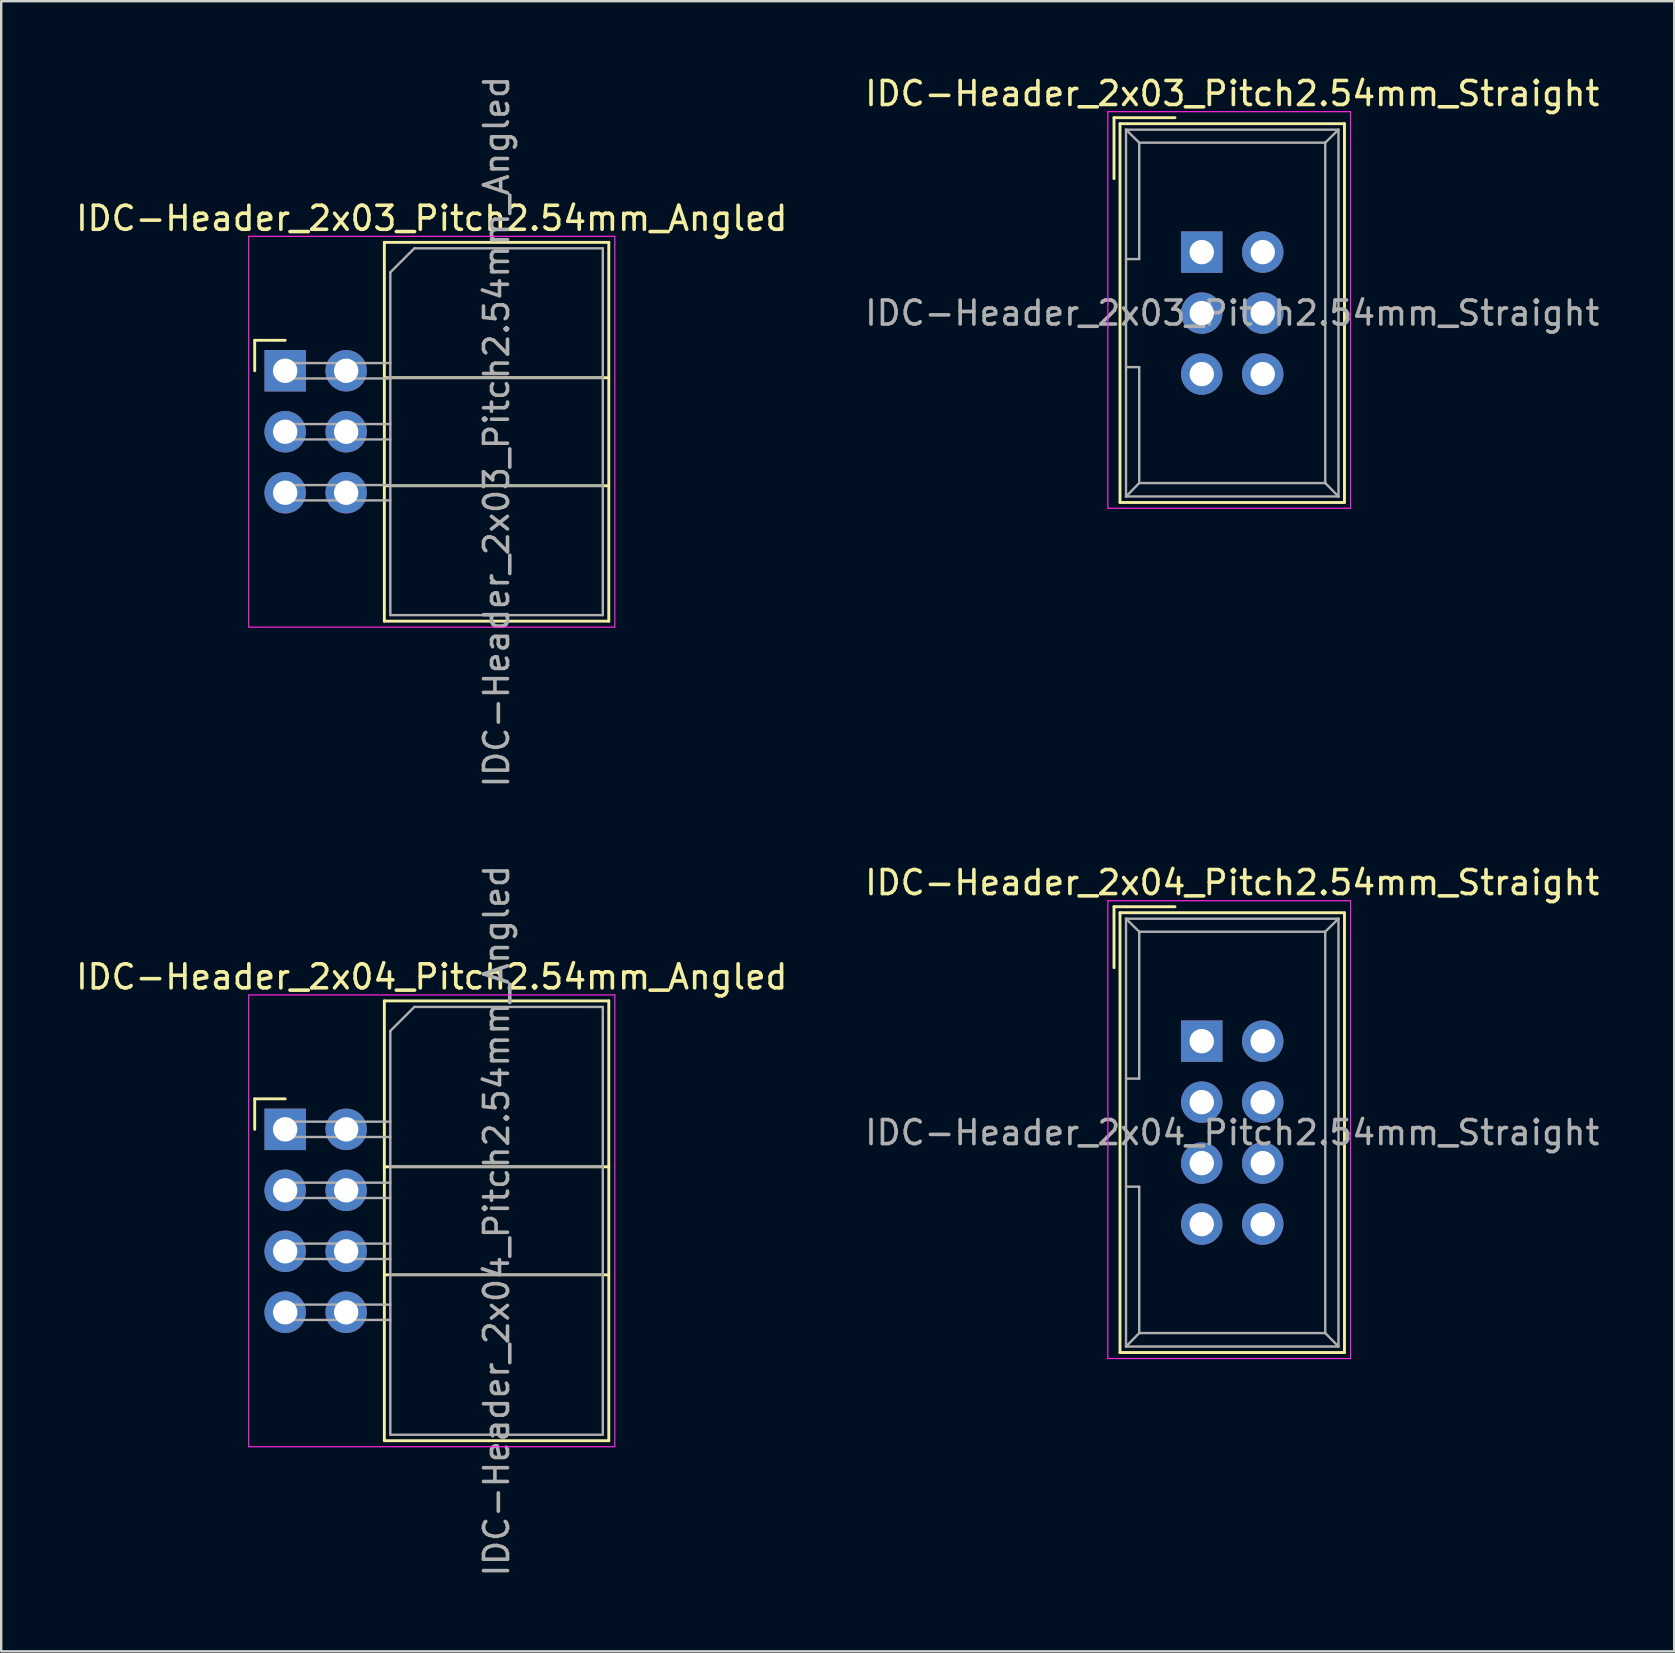
<source format=kicad_pcb>
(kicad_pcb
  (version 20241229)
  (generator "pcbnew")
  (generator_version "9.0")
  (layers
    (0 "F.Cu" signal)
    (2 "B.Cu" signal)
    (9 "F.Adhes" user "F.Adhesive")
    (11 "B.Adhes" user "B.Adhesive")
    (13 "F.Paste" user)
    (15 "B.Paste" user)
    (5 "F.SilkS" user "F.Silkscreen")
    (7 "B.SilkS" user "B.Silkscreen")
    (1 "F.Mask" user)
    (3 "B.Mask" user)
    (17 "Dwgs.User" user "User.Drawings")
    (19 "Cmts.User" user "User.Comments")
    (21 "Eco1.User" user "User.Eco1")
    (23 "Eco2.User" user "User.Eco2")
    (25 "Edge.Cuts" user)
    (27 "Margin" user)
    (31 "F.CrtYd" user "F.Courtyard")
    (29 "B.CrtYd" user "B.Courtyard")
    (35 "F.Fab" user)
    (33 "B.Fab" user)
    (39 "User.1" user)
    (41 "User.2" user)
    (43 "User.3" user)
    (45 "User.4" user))
  (footprint "IDC-Header_2x04_Pitch2.54mm_Angled"
    (layer "F.Cu")
    (at 8.83 43.994)
    (property "Reference" "IDC-Header_2x04_Pitch2.54mm_Angled" (at 6.105 -6.35 0) (layer "F.SilkS") (effects (font (size 1 1) (thickness 0.15))))
    (attr through_hole)
    (fp_line (start -1.27 -1.27) (end -1.27 0) (stroke (width 0.12) (type solid)) (layer "F.SilkS"))
    (fp_line (start 0 -1.27) (end -1.27 -1.27) (stroke (width 0.12) (type solid)) (layer "F.SilkS"))
    (fp_line (start 4.13 -5.35) (end 13.48 -5.35) (stroke (width 0.12) (type solid)) (layer "F.SilkS"))
    (fp_line (start 4.13 1.56) (end 13.48 1.56) (stroke (width 0.12) (type solid)) (layer "F.SilkS"))
    (fp_line (start 4.13 6.06) (end 13.48 6.06) (stroke (width 0.12) (type solid)) (layer "F.SilkS"))
    (fp_line (start 4.13 12.97) (end 4.13 -5.35) (stroke (width 0.12) (type solid)) (layer "F.SilkS"))
    (fp_line (start 4.13 12.97) (end 13.48 12.97) (stroke (width 0.12) (type solid)) (layer "F.SilkS"))
    (fp_line (start 13.48 -5.35) (end 13.48 12.97) (stroke (width 0.12) (type solid)) (layer "F.SilkS"))
    (fp_line (start -1.52 -5.6) (end 13.73 -5.6) (stroke (width 0.05) (type solid)) (layer "F.CrtYd"))
    (fp_line (start -1.52 13.22) (end -1.52 -5.6) (stroke (width 0.05) (type solid)) (layer "F.CrtYd"))
    (fp_line (start 13.73 -5.6) (end 13.73 13.22) (stroke (width 0.05) (type solid)) (layer "F.CrtYd"))
    (fp_line (start 13.73 13.22) (end -1.52 13.22) (stroke (width 0.05) (type solid)) (layer "F.CrtYd"))
    (fp_line (start -0.32 -0.32) (end -0.32 0.32) (stroke (width 0.1) (type solid)) (layer "F.Fab"))
    (fp_line (start -0.32 0.32) (end 4.38 0.32) (stroke (width 0.1) (type solid)) (layer "F.Fab"))
    (fp_line (start -0.32 2.22) (end -0.32 2.86) (stroke (width 0.1) (type solid)) (layer "F.Fab"))
    (fp_line (start -0.32 2.86) (end 4.38 2.86) (stroke (width 0.1) (type solid)) (layer "F.Fab"))
    (fp_line (start -0.32 4.76) (end -0.32 5.4) (stroke (width 0.1) (type solid)) (layer "F.Fab"))
    (fp_line (start -0.32 5.4) (end 4.38 5.4) (stroke (width 0.1) (type solid)) (layer "F.Fab"))
    (fp_line (start -0.32 7.3) (end -0.32 7.94) (stroke (width 0.1) (type solid)) (layer "F.Fab"))
    (fp_line (start -0.32 7.94) (end 4.38 7.94) (stroke (width 0.1) (type solid)) (layer "F.Fab"))
    (fp_line (start 4.38 -4.1) (end 5.38 -5.1) (stroke (width 0.1) (type solid)) (layer "F.Fab"))
    (fp_line (start 4.38 -0.32) (end -0.32 -0.32) (stroke (width 0.1) (type solid)) (layer "F.Fab"))
    (fp_line (start 4.38 1.56) (end 13.23 1.56) (stroke (width 0.1) (type solid)) (layer "F.Fab"))
    (fp_line (start 4.38 2.22) (end -0.32 2.22) (stroke (width 0.1) (type solid)) (layer "F.Fab"))
    (fp_line (start 4.38 4.76) (end -0.32 4.76) (stroke (width 0.1) (type solid)) (layer "F.Fab"))
    (fp_line (start 4.38 6.06) (end 13.23 6.06) (stroke (width 0.1) (type solid)) (layer "F.Fab"))
    (fp_line (start 4.38 7.3) (end -0.32 7.3) (stroke (width 0.1) (type solid)) (layer "F.Fab"))
    (fp_line (start 4.38 12.72) (end 4.38 -4.1) (stroke (width 0.1) (type solid)) (layer "F.Fab"))
    (fp_line (start 4.38 12.72) (end 13.23 12.72) (stroke (width 0.1) (type solid)) (layer "F.Fab"))
    (fp_line (start 5.38 -5.1) (end 13.23 -5.1) (stroke (width 0.1) (type solid)) (layer "F.Fab"))
    (fp_line (start 13.23 12.72) (end 13.23 -5.1) (stroke (width 0.1) (type solid)) (layer "F.Fab"))
    (fp_text user "${REFERENCE}" (at 8.805 3.81 90) (layer "F.Fab") (effects (font (size 1 1) (thickness 0.15))))
    (pad "1" thru_hole rect (at 0 0) (size 1.727 1.727) (drill 1.016) (layers "*.Cu" "*.Mask"))
    (pad "2" thru_hole oval (at 2.54 0) (size 1.727 1.727) (drill 1.016) (layers "*.Cu" "*.Mask"))
    (pad "3" thru_hole oval (at 0 2.54) (size 1.727 1.727) (drill 1.016) (layers "*.Cu" "*.Mask"))
    (pad "4" thru_hole oval (at 2.54 2.54) (size 1.727 1.727) (drill 1.016) (layers "*.Cu" "*.Mask"))
    (pad "5" thru_hole oval (at 0 5.08) (size 1.727 1.727) (drill 1.016) (layers "*.Cu" "*.Mask"))
    (pad "6" thru_hole oval (at 2.54 5.08) (size 1.727 1.727) (drill 1.016) (layers "*.Cu" "*.Mask"))
    (pad "7" thru_hole oval (at 0 7.62) (size 1.727 1.727) (drill 1.016) (layers "*.Cu" "*.Mask"))
    (pad "8" thru_hole oval (at 2.54 7.62) (size 1.727 1.727) (drill 1.016) (layers "*.Cu" "*.Mask")))
  (footprint "IDC-Header_2x03_Pitch2.54mm_Angled"
    (layer "F.Cu")
    (at 8.83 12.395)
    (property "Reference" "IDC-Header_2x03_Pitch2.54mm_Angled" (at 6.105 -6.35 0) (layer "F.SilkS") (effects (font (size 1 1) (thickness 0.15))))
    (attr through_hole)
    (fp_line (start -1.27 -1.27) (end -1.27 0) (stroke (width 0.12) (type solid)) (layer "F.SilkS"))
    (fp_line (start 0 -1.27) (end -1.27 -1.27) (stroke (width 0.12) (type solid)) (layer "F.SilkS"))
    (fp_line (start 4.13 -5.35) (end 13.48 -5.35) (stroke (width 0.12) (type solid)) (layer "F.SilkS"))
    (fp_line (start 4.13 0.29) (end 13.48 0.29) (stroke (width 0.12) (type solid)) (layer "F.SilkS"))
    (fp_line (start 4.13 4.79) (end 13.48 4.79) (stroke (width 0.12) (type solid)) (layer "F.SilkS"))
    (fp_line (start 4.13 10.43) (end 4.13 -5.35) (stroke (width 0.12) (type solid)) (layer "F.SilkS"))
    (fp_line (start 4.13 10.43) (end 13.48 10.43) (stroke (width 0.12) (type solid)) (layer "F.SilkS"))
    (fp_line (start 13.48 -5.35) (end 13.48 10.43) (stroke (width 0.12) (type solid)) (layer "F.SilkS"))
    (fp_line (start -1.52 -5.6) (end 13.73 -5.6) (stroke (width 0.05) (type solid)) (layer "F.CrtYd"))
    (fp_line (start -1.52 10.66) (end -1.52 -5.6) (stroke (width 0.05) (type solid)) (layer "F.CrtYd"))
    (fp_line (start 13.73 -5.6) (end 13.73 10.68) (stroke (width 0.05) (type solid)) (layer "F.CrtYd"))
    (fp_line (start 13.73 10.68) (end -1.52 10.68) (stroke (width 0.05) (type solid)) (layer "F.CrtYd"))
    (fp_line (start -0.32 -0.32) (end -0.32 0.32) (stroke (width 0.1) (type solid)) (layer "F.Fab"))
    (fp_line (start -0.32 0.32) (end 4.38 0.32) (stroke (width 0.1) (type solid)) (layer "F.Fab"))
    (fp_line (start -0.32 2.22) (end -0.32 2.86) (stroke (width 0.1) (type solid)) (layer "F.Fab"))
    (fp_line (start -0.32 2.86) (end 4.38 2.86) (stroke (width 0.1) (type solid)) (layer "F.Fab"))
    (fp_line (start -0.32 4.76) (end -0.32 5.4) (stroke (width 0.1) (type solid)) (layer "F.Fab"))
    (fp_line (start -0.32 5.4) (end 4.38 5.4) (stroke (width 0.1) (type solid)) (layer "F.Fab"))
    (fp_line (start 4.38 -4.1) (end 5.38 -5.1) (stroke (width 0.1) (type solid)) (layer "F.Fab"))
    (fp_line (start 4.38 -0.32) (end -0.32 -0.32) (stroke (width 0.1) (type solid)) (layer "F.Fab"))
    (fp_line (start 4.38 0.29) (end 13.23 0.29) (stroke (width 0.1) (type solid)) (layer "F.Fab"))
    (fp_line (start 4.38 2.22) (end -0.32 2.22) (stroke (width 0.1) (type solid)) (layer "F.Fab"))
    (fp_line (start 4.38 4.76) (end -0.32 4.76) (stroke (width 0.1) (type solid)) (layer "F.Fab"))
    (fp_line (start 4.38 4.79) (end 13.23 4.79) (stroke (width 0.1) (type solid)) (layer "F.Fab"))
    (fp_line (start 4.38 10.18) (end 4.38 -4.1) (stroke (width 0.1) (type solid)) (layer "F.Fab"))
    (fp_line (start 4.38 10.18) (end 13.23 10.18) (stroke (width 0.1) (type solid)) (layer "F.Fab"))
    (fp_line (start 5.38 -5.1) (end 13.23 -5.1) (stroke (width 0.1) (type solid)) (layer "F.Fab"))
    (fp_line (start 13.23 10.18) (end 13.23 -5.1) (stroke (width 0.1) (type solid)) (layer "F.Fab"))
    (fp_text user "${REFERENCE}" (at 8.805 2.54 90) (layer "F.Fab") (effects (font (size 1 1) (thickness 0.15))))
    (pad "1" thru_hole rect (at 0 0) (size 1.727 1.727) (drill 1.016) (layers "*.Cu" "*.Mask"))
    (pad "2" thru_hole oval (at 2.54 0) (size 1.727 1.727) (drill 1.016) (layers "*.Cu" "*.Mask"))
    (pad "3" thru_hole oval (at 0 2.54) (size 1.727 1.727) (drill 1.016) (layers "*.Cu" "*.Mask"))
    (pad "4" thru_hole oval (at 2.54 2.54) (size 1.727 1.727) (drill 1.016) (layers "*.Cu" "*.Mask"))
    (pad "5" thru_hole oval (at 0 5.08) (size 1.727 1.727) (drill 1.016) (layers "*.Cu" "*.Mask"))
    (pad "6" thru_hole oval (at 2.54 5.08) (size 1.727 1.727) (drill 1.016) (layers "*.Cu" "*.Mask")))
  (footprint "IDC-Header_2x03_Pitch2.54mm_Straight"
    (layer "F.Cu")
    (at 47.01 7.452)
    (property "Reference" "IDC-Header_2x03_Pitch2.54mm_Straight" (at 1.27 -6.604 0) (layer "F.SilkS") (effects (font (size 1 1) (thickness 0.15))))
    (attr through_hole)
    (fp_line (start -3.655 -5.6) (end -3.655 -3.06) (stroke (width 0.12) (type solid)) (layer "F.SilkS"))
    (fp_line (start -3.655 -5.6) (end -1.115 -5.6) (stroke (width 0.12) (type solid)) (layer "F.SilkS"))
    (fp_line (start -3.405 -5.35) (end 5.945 -5.35) (stroke (width 0.12) (type solid)) (layer "F.SilkS"))
    (fp_line (start -3.405 10.43) (end -3.405 -5.35) (stroke (width 0.12) (type solid)) (layer "F.SilkS"))
    (fp_line (start 5.945 -5.35) (end 5.945 10.43) (stroke (width 0.12) (type solid)) (layer "F.SilkS"))
    (fp_line (start 5.945 10.43) (end -3.405 10.43) (stroke (width 0.12) (type solid)) (layer "F.SilkS"))
    (fp_line (start -3.91 -5.85) (end 6.2 -5.85) (stroke (width 0.05) (type solid)) (layer "F.CrtYd"))
    (fp_line (start -3.91 10.67) (end -3.91 -5.85) (stroke (width 0.05) (type solid)) (layer "F.CrtYd"))
    (fp_line (start 6.2 -5.85) (end 6.2 10.67) (stroke (width 0.05) (type solid)) (layer "F.CrtYd"))
    (fp_line (start 6.2 10.67) (end -3.91 10.67) (stroke (width 0.05) (type solid)) (layer "F.CrtYd"))
    (fp_line (start -3.155 -5.1) (end -3.155 10.18) (stroke (width 0.1) (type solid)) (layer "F.Fab"))
    (fp_line (start -3.155 -5.1) (end -2.605 -4.56) (stroke (width 0.1) (type solid)) (layer "F.Fab"))
    (fp_line (start -3.155 10.18) (end -2.605 9.62) (stroke (width 0.1) (type solid)) (layer "F.Fab"))
    (fp_line (start -2.605 -4.56) (end -2.605 0.29) (stroke (width 0.1) (type solid)) (layer "F.Fab"))
    (fp_line (start -2.605 0.29) (end -3.155 0.29) (stroke (width 0.1) (type solid)) (layer "F.Fab"))
    (fp_line (start -2.605 4.79) (end -3.155 4.79) (stroke (width 0.1) (type solid)) (layer "F.Fab"))
    (fp_line (start -2.605 4.79) (end -2.605 9.62) (stroke (width 0.1) (type solid)) (layer "F.Fab"))
    (fp_line (start 5.145 -4.56) (end -2.605 -4.56) (stroke (width 0.1) (type solid)) (layer "F.Fab"))
    (fp_line (start 5.145 -4.56) (end 5.145 9.62) (stroke (width 0.1) (type solid)) (layer "F.Fab"))
    (fp_line (start 5.145 9.62) (end -2.605 9.62) (stroke (width 0.1) (type solid)) (layer "F.Fab"))
    (fp_line (start 5.695 -5.1) (end -3.155 -5.1) (stroke (width 0.1) (type solid)) (layer "F.Fab"))
    (fp_line (start 5.695 -5.1) (end 5.145 -4.56) (stroke (width 0.1) (type solid)) (layer "F.Fab"))
    (fp_line (start 5.695 -5.1) (end 5.695 10.18) (stroke (width 0.1) (type solid)) (layer "F.Fab"))
    (fp_line (start 5.695 10.18) (end -3.155 10.18) (stroke (width 0.1) (type solid)) (layer "F.Fab"))
    (fp_line (start 5.695 10.18) (end 5.145 9.62) (stroke (width 0.1) (type solid)) (layer "F.Fab"))
    (fp_text user "${REFERENCE}" (at 1.27 2.54 0) (layer "F.Fab") (effects (font (size 1 1) (thickness 0.15))))
    (pad "1" thru_hole rect (at 0 0) (size 1.727 1.727) (drill 1.016) (layers "*.Cu" "*.Mask"))
    (pad "2" thru_hole oval (at 2.54 0) (size 1.727 1.727) (drill 1.016) (layers "*.Cu" "*.Mask"))
    (pad "3" thru_hole oval (at 0 2.54) (size 1.727 1.727) (drill 1.016) (layers "*.Cu" "*.Mask"))
    (pad "4" thru_hole oval (at 2.54 2.54) (size 1.727 1.727) (drill 1.016) (layers "*.Cu" "*.Mask"))
    (pad "5" thru_hole oval (at 0 5.08) (size 1.727 1.727) (drill 1.016) (layers "*.Cu" "*.Mask"))
    (pad "6" thru_hole oval (at 2.54 5.08) (size 1.727 1.727) (drill 1.016) (layers "*.Cu" "*.Mask")))
  (footprint "IDC-Header_2x04_Pitch2.54mm_Straight"
    (layer "F.Cu")
    (at 47.01 40.321)
    (property "Reference" "IDC-Header_2x04_Pitch2.54mm_Straight" (at 1.27 -6.604 0) (layer "F.SilkS") (effects (font (size 1 1) (thickness 0.15))))
    (attr through_hole)
    (fp_line (start -3.655 -5.6) (end -3.655 -3.06) (stroke (width 0.12) (type solid)) (layer "F.SilkS"))
    (fp_line (start -3.655 -5.6) (end -1.115 -5.6) (stroke (width 0.12) (type solid)) (layer "F.SilkS"))
    (fp_line (start -3.405 -5.35) (end 5.945 -5.35) (stroke (width 0.12) (type solid)) (layer "F.SilkS"))
    (fp_line (start -3.405 12.97) (end -3.405 -5.35) (stroke (width 0.12) (type solid)) (layer "F.SilkS"))
    (fp_line (start 5.945 -5.35) (end 5.945 12.97) (stroke (width 0.12) (type solid)) (layer "F.SilkS"))
    (fp_line (start 5.945 12.97) (end -3.405 12.97) (stroke (width 0.12) (type solid)) (layer "F.SilkS"))
    (fp_line (start -3.91 -5.85) (end 6.2 -5.85) (stroke (width 0.05) (type solid)) (layer "F.CrtYd"))
    (fp_line (start -3.91 13.22) (end -3.91 -5.85) (stroke (width 0.05) (type solid)) (layer "F.CrtYd"))
    (fp_line (start 6.2 -5.85) (end 6.2 13.22) (stroke (width 0.05) (type solid)) (layer "F.CrtYd"))
    (fp_line (start 6.2 13.22) (end -3.91 13.22) (stroke (width 0.05) (type solid)) (layer "F.CrtYd"))
    (fp_line (start -3.155 -5.1) (end -3.155 12.72) (stroke (width 0.1) (type solid)) (layer "F.Fab"))
    (fp_line (start -3.155 -5.1) (end -2.605 -4.56) (stroke (width 0.1) (type solid)) (layer "F.Fab"))
    (fp_line (start -3.155 12.72) (end -2.605 12.16) (stroke (width 0.1) (type solid)) (layer "F.Fab"))
    (fp_line (start -2.605 -4.56) (end -2.605 1.56) (stroke (width 0.1) (type solid)) (layer "F.Fab"))
    (fp_line (start -2.605 1.56) (end -3.155 1.56) (stroke (width 0.1) (type solid)) (layer "F.Fab"))
    (fp_line (start -2.605 6.06) (end -3.155 6.06) (stroke (width 0.1) (type solid)) (layer "F.Fab"))
    (fp_line (start -2.605 6.06) (end -2.605 12.16) (stroke (width 0.1) (type solid)) (layer "F.Fab"))
    (fp_line (start 5.145 -4.56) (end -2.605 -4.56) (stroke (width 0.1) (type solid)) (layer "F.Fab"))
    (fp_line (start 5.145 -4.56) (end 5.145 12.16) (stroke (width 0.1) (type solid)) (layer "F.Fab"))
    (fp_line (start 5.145 12.16) (end -2.605 12.16) (stroke (width 0.1) (type solid)) (layer "F.Fab"))
    (fp_line (start 5.695 -5.1) (end -3.155 -5.1) (stroke (width 0.1) (type solid)) (layer "F.Fab"))
    (fp_line (start 5.695 -5.1) (end 5.145 -4.56) (stroke (width 0.1) (type solid)) (layer "F.Fab"))
    (fp_line (start 5.695 -5.1) (end 5.695 12.72) (stroke (width 0.1) (type solid)) (layer "F.Fab"))
    (fp_line (start 5.695 12.72) (end -3.155 12.72) (stroke (width 0.1) (type solid)) (layer "F.Fab"))
    (fp_line (start 5.695 12.72) (end 5.145 12.16) (stroke (width 0.1) (type solid)) (layer "F.Fab"))
    (fp_text user "${REFERENCE}" (at 1.27 3.81 0) (layer "F.Fab") (effects (font (size 1 1) (thickness 0.15))))
    (pad "1" thru_hole rect (at 0 0) (size 1.727 1.727) (drill 1.016) (layers "*.Cu" "*.Mask"))
    (pad "2" thru_hole oval (at 2.54 0) (size 1.727 1.727) (drill 1.016) (layers "*.Cu" "*.Mask"))
    (pad "3" thru_hole oval (at 0 2.54) (size 1.727 1.727) (drill 1.016) (layers "*.Cu" "*.Mask"))
    (pad "4" thru_hole oval (at 2.54 2.54) (size 1.727 1.727) (drill 1.016) (layers "*.Cu" "*.Mask"))
    (pad "5" thru_hole oval (at 0 5.08) (size 1.727 1.727) (drill 1.016) (layers "*.Cu" "*.Mask"))
    (pad "6" thru_hole oval (at 2.54 5.08) (size 1.727 1.727) (drill 1.016) (layers "*.Cu" "*.Mask"))
    (pad "7" thru_hole oval (at 0 7.62) (size 1.727 1.727) (drill 1.016) (layers "*.Cu" "*.Mask"))
    (pad "8" thru_hole oval (at 2.54 7.62) (size 1.727 1.727) (drill 1.016) (layers "*.Cu" "*.Mask")))
  (gr_rect
    (start -3 -3)
    (end 66.69 65.738)
    (stroke (width 0.1) (type default))
    (fill no)
    (layer "Edge.Cuts")))
</source>
